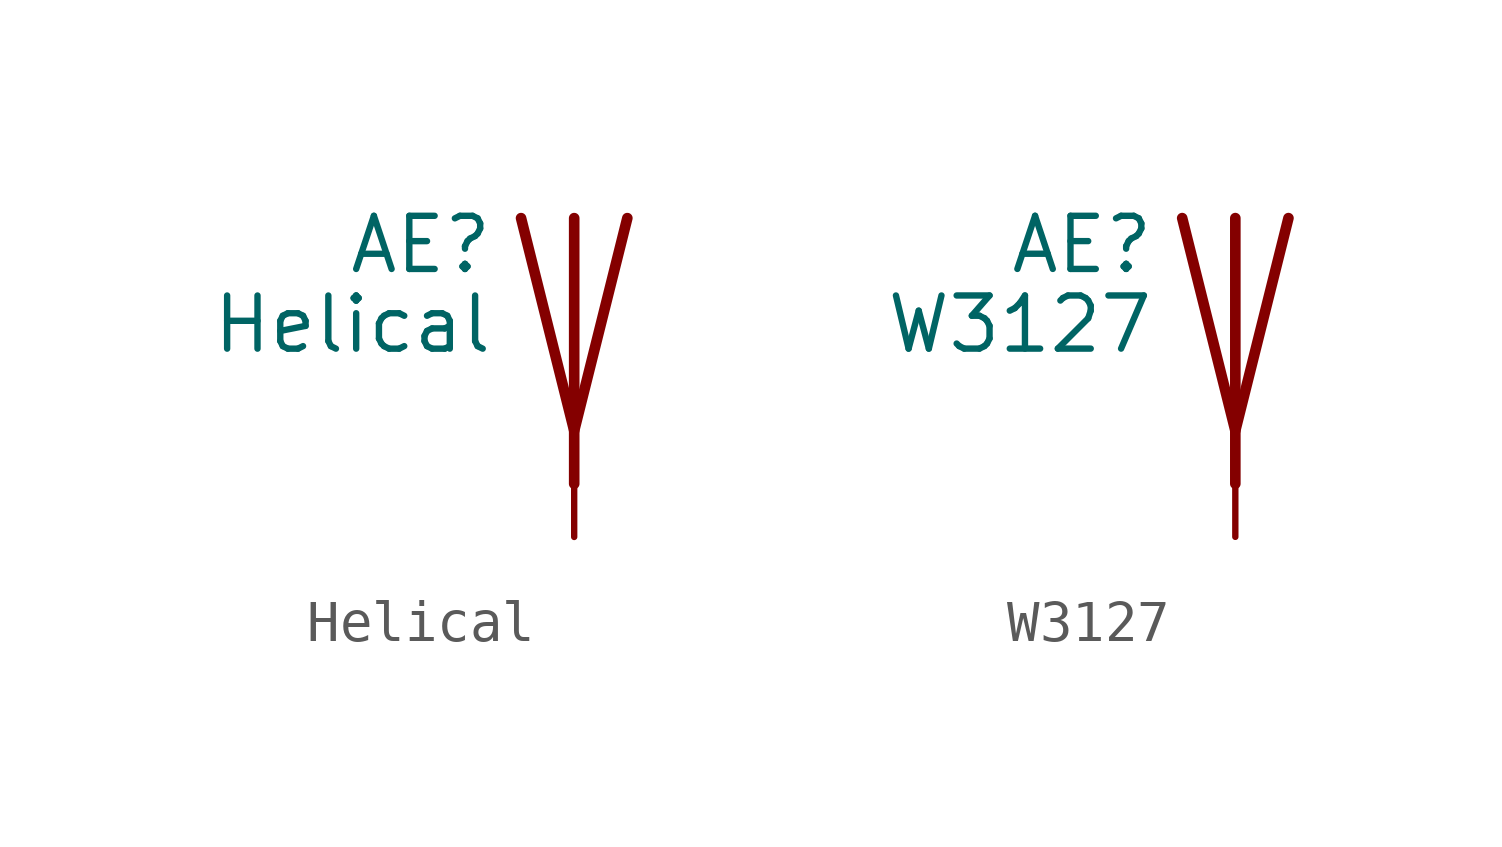
<source format=kicad_sym>
(kicad_symbol_lib
  (version 20211014)
  (generator kicad_symbol_editor)
  (symbol "Helical"
    (pin_numbers hide)
    (pin_names
      (offset 1.016) hide)
    (property "Reference" "AE"
      (at -1.905 1.905 0)
      (effects (font (size 1.27 1.27)) (justify right)))
    (property "Value" "Helical"
      (at -1.905 0 0)
      (effects (font (size 1.27 1.27)) (justify right)))
    (symbol "Helical_0_1"
      (polyline (pts (xy 0 2.54) (xy 0 -3.81)) (stroke (width 0.254) (type default) (color 0 0 0 0)) (fill (type none)))
      (polyline (pts (xy 1.27 2.54) (xy 0 -2.54) (xy -1.27 2.54)) (stroke (width 0.254) (type default) (color 0 0 0 0)) (fill (type none))))
    (symbol "Helical_1_1"
      (pin input line (at 0 -5.08 90) (length 2.54) (name "A" (effects (font (size 1.27 1.27)))) (number "1" (effects (font (size 1.27 1.27)))))))
  (symbol "W3127"
    (pin_numbers hide)
    (pin_names
      (offset 1.016) hide)
    (property "Reference" "AE"
      (at -1.905 1.905 0)
      (effects (font (size 1.27 1.27)) (justify right)))
    (property "Value" "W3127"
      (at -1.905 0 0)
      (effects (font (size 1.27 1.27)) (justify right)))
    (symbol "W3127_0_1"
      (polyline (pts (xy 0 2.54) (xy 0 -3.81)) (stroke (width 0.254) (type default) (color 0 0 0 0)) (fill (type none)))
      (polyline (pts (xy 1.27 2.54) (xy 0 -2.54) (xy -1.27 2.54)) (stroke (width 0.254) (type default) (color 0 0 0 0)) (fill (type none))))
    (symbol "W3127_1_1"
      (pin input line (at 0 -5.08 90) (length 2.54) (name "A" (effects (font (size 1.27 1.27)))) (number "1" (effects (font (size 1.27 1.27))))))))
</source>
